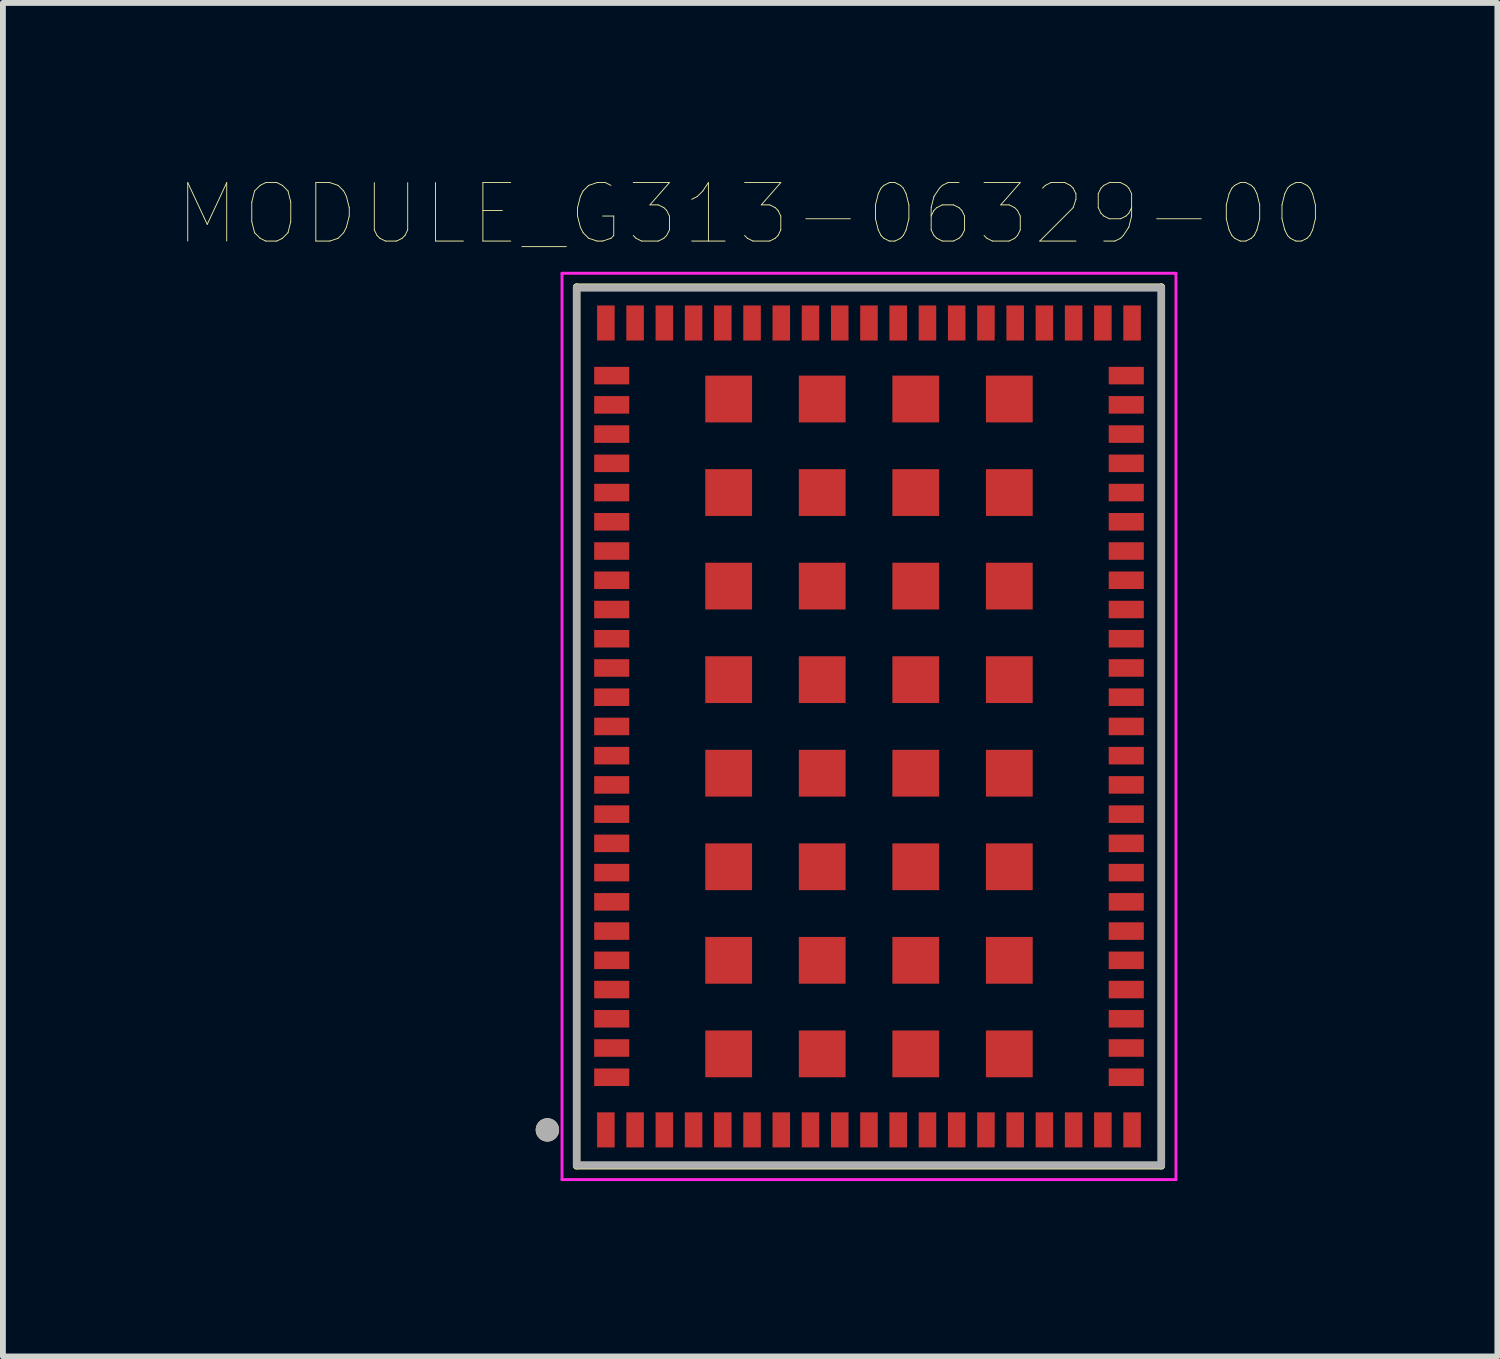
<source format=kicad_pcb>
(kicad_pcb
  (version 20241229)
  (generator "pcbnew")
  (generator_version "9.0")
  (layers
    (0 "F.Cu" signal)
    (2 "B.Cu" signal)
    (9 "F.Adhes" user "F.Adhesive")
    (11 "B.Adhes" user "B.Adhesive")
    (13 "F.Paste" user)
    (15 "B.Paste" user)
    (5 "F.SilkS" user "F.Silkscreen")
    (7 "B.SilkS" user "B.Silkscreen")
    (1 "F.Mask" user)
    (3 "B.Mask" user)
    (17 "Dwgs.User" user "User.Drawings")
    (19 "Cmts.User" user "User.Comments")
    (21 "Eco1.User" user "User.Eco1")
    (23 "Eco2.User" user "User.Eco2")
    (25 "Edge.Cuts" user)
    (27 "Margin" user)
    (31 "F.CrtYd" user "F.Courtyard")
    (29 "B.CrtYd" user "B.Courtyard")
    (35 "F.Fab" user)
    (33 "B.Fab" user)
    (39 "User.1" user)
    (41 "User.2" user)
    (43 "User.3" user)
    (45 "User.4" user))
  (footprint "MODULE_G313-06329-00"
    (layer "F.Cu")
    (at 11.812 9.374)
    (property "Reference" "MODULE_G313-06329-00" (at -2.032 -8.763 0) (layer "F.SilkS") (effects (font (size 1 1) (thickness 0.015))))
    (attr through_hole)
    (fp_line (start -5 -7.513) (end 5 -7.513) (stroke (width 0.127) (type solid)) (layer "F.SilkS"))
    (fp_line (start -5 7.513) (end -5 -7.513) (stroke (width 0.127) (type solid)) (layer "F.SilkS"))
    (fp_line (start 5 -7.513) (end 5 7.513) (stroke (width 0.127) (type solid)) (layer "F.SilkS"))
    (fp_line (start 5 7.513) (end -5 7.513) (stroke (width 0.127) (type solid)) (layer "F.SilkS"))
    (fp_circle (center -5.5 6.9) (end -5.4 6.9) (stroke (width 0.2) (type solid)) (fill no) (layer "F.SilkS"))
    (fp_line (start -5.25 -7.75) (end 5.25 -7.75) (stroke (width 0.05) (type solid)) (layer "F.CrtYd"))
    (fp_line (start -5.25 7.75) (end -5.25 -7.75) (stroke (width 0.05) (type solid)) (layer "F.CrtYd"))
    (fp_line (start 5.25 -7.75) (end 5.25 7.75) (stroke (width 0.05) (type solid)) (layer "F.CrtYd"))
    (fp_line (start 5.25 7.75) (end -5.25 7.75) (stroke (width 0.05) (type solid)) (layer "F.CrtYd"))
    (fp_line (start -5 -7.5) (end 5 -7.5) (stroke (width 0.127) (type solid)) (layer "F.Fab"))
    (fp_line (start -5 7.5) (end -5 -7.5) (stroke (width 0.127) (type solid)) (layer "F.Fab"))
    (fp_line (start 5 -7.5) (end 5 7.5) (stroke (width 0.127) (type solid)) (layer "F.Fab"))
    (fp_line (start 5 7.5) (end -5 7.5) (stroke (width 0.127) (type solid)) (layer "F.Fab"))
    (fp_circle (center -5.5 6.9) (end -5.4 6.9) (stroke (width 0.2) (type solid)) (fill no) (layer "F.Fab"))
    (pad "1" smd rect (at -4.5 6.9) (size 0.3 0.6) (layers "F.Cu" "F.Mask" "F.Paste"))
    (pad "2" smd rect (at -4 6.9) (size 0.3 0.6) (layers "F.Cu" "F.Mask" "F.Paste"))
    (pad "3" smd rect (at -3.5 6.9) (size 0.3 0.6) (layers "F.Cu" "F.Mask" "F.Paste"))
    (pad "4" smd rect (at -3 6.9) (size 0.3 0.6) (layers "F.Cu" "F.Mask" "F.Paste"))
    (pad "5" smd rect (at -2.5 6.9) (size 0.3 0.6) (layers "F.Cu" "F.Mask" "F.Paste"))
    (pad "6" smd rect (at -2 6.9) (size 0.3 0.6) (layers "F.Cu" "F.Mask" "F.Paste"))
    (pad "7" smd rect (at -1.5 6.9) (size 0.3 0.6) (layers "F.Cu" "F.Mask" "F.Paste"))
    (pad "8" smd rect (at -1 6.9) (size 0.3 0.6) (layers "F.Cu" "F.Mask" "F.Paste"))
    (pad "9" smd rect (at -0.5 6.9) (size 0.3 0.6) (layers "F.Cu" "F.Mask" "F.Paste"))
    (pad "10" smd rect (at 0 6.9) (size 0.3 0.6) (layers "F.Cu" "F.Mask" "F.Paste"))
    (pad "11" smd rect (at 0.5 6.9) (size 0.3 0.6) (layers "F.Cu" "F.Mask" "F.Paste"))
    (pad "12" smd rect (at 1 6.9) (size 0.3 0.6) (layers "F.Cu" "F.Mask" "F.Paste"))
    (pad "13" smd rect (at 1.5 6.9) (size 0.3 0.6) (layers "F.Cu" "F.Mask" "F.Paste"))
    (pad "14" smd rect (at 2 6.9) (size 0.3 0.6) (layers "F.Cu" "F.Mask" "F.Paste"))
    (pad "15" smd rect (at 2.5 6.9) (size 0.3 0.6) (layers "F.Cu" "F.Mask" "F.Paste"))
    (pad "16" smd rect (at 3 6.9) (size 0.3 0.6) (layers "F.Cu" "F.Mask" "F.Paste"))
    (pad "17" smd rect (at 3.5 6.9) (size 0.3 0.6) (layers "F.Cu" "F.Mask" "F.Paste"))
    (pad "18" smd rect (at 4 6.9) (size 0.3 0.6) (layers "F.Cu" "F.Mask" "F.Paste"))
    (pad "19" smd rect (at 4.5 6.9) (size 0.3 0.6) (layers "F.Cu" "F.Mask" "F.Paste"))
    (pad "20" smd rect (at 4.4 6) (size 0.6 0.3) (layers "F.Cu" "F.Mask" "F.Paste"))
    (pad "21" smd rect (at 4.4 5.5) (size 0.6 0.3) (layers "F.Cu" "F.Mask" "F.Paste"))
    (pad "22" smd rect (at 4.4 5) (size 0.6 0.3) (layers "F.Cu" "F.Mask" "F.Paste"))
    (pad "23" smd rect (at 4.4 4.5) (size 0.6 0.3) (layers "F.Cu" "F.Mask" "F.Paste"))
    (pad "24" smd rect (at 4.4 4) (size 0.6 0.3) (layers "F.Cu" "F.Mask" "F.Paste"))
    (pad "25" smd rect (at 4.4 3.5) (size 0.6 0.3) (layers "F.Cu" "F.Mask" "F.Paste"))
    (pad "26" smd rect (at 4.4 3) (size 0.6 0.3) (layers "F.Cu" "F.Mask" "F.Paste"))
    (pad "27" smd rect (at 4.4 2.5) (size 0.6 0.3) (layers "F.Cu" "F.Mask" "F.Paste"))
    (pad "28" smd rect (at 4.4 2) (size 0.6 0.3) (layers "F.Cu" "F.Mask" "F.Paste"))
    (pad "29" smd rect (at 4.4 1.5) (size 0.6 0.3) (layers "F.Cu" "F.Mask" "F.Paste"))
    (pad "30" smd rect (at 4.4 1) (size 0.6 0.3) (layers "F.Cu" "F.Mask" "F.Paste"))
    (pad "31" smd rect (at 4.4 0.5) (size 0.6 0.3) (layers "F.Cu" "F.Mask" "F.Paste"))
    (pad "32" smd rect (at 4.4 0) (size 0.6 0.3) (layers "F.Cu" "F.Mask" "F.Paste"))
    (pad "33" smd rect (at 4.4 -0.5) (size 0.6 0.3) (layers "F.Cu" "F.Mask" "F.Paste"))
    (pad "34" smd rect (at 4.4 -1) (size 0.6 0.3) (layers "F.Cu" "F.Mask" "F.Paste"))
    (pad "35" smd rect (at 4.4 -1.5) (size 0.6 0.3) (layers "F.Cu" "F.Mask" "F.Paste"))
    (pad "36" smd rect (at 4.4 -2) (size 0.6 0.3) (layers "F.Cu" "F.Mask" "F.Paste"))
    (pad "37" smd rect (at 4.4 -2.5) (size 0.6 0.3) (layers "F.Cu" "F.Mask" "F.Paste"))
    (pad "38" smd rect (at 4.4 -3) (size 0.6 0.3) (layers "F.Cu" "F.Mask" "F.Paste"))
    (pad "39" smd rect (at 4.4 -3.5) (size 0.6 0.3) (layers "F.Cu" "F.Mask" "F.Paste"))
    (pad "40" smd rect (at 4.4 -4) (size 0.6 0.3) (layers "F.Cu" "F.Mask" "F.Paste"))
    (pad "41" smd rect (at 4.4 -4.5) (size 0.6 0.3) (layers "F.Cu" "F.Mask" "F.Paste"))
    (pad "42" smd rect (at 4.4 -5) (size 0.6 0.3) (layers "F.Cu" "F.Mask" "F.Paste"))
    (pad "43" smd rect (at 4.4 -5.5) (size 0.6 0.3) (layers "F.Cu" "F.Mask" "F.Paste"))
    (pad "44" smd rect (at 4.4 -6) (size 0.6 0.3) (layers "F.Cu" "F.Mask" "F.Paste"))
    (pad "45" smd rect (at 4.5 -6.9) (size 0.3 0.6) (layers "F.Cu" "F.Mask" "F.Paste"))
    (pad "46" smd rect (at 4 -6.9) (size 0.3 0.6) (layers "F.Cu" "F.Mask" "F.Paste"))
    (pad "47" smd rect (at 3.5 -6.9) (size 0.3 0.6) (layers "F.Cu" "F.Mask" "F.Paste"))
    (pad "48" smd rect (at 3 -6.9) (size 0.3 0.6) (layers "F.Cu" "F.Mask" "F.Paste"))
    (pad "49" smd rect (at 2.5 -6.9) (size 0.3 0.6) (layers "F.Cu" "F.Mask" "F.Paste"))
    (pad "50" smd rect (at 2 -6.9) (size 0.3 0.6) (layers "F.Cu" "F.Mask" "F.Paste"))
    (pad "51" smd rect (at 1.5 -6.9) (size 0.3 0.6) (layers "F.Cu" "F.Mask" "F.Paste"))
    (pad "52" smd rect (at 1 -6.9) (size 0.3 0.6) (layers "F.Cu" "F.Mask" "F.Paste"))
    (pad "53" smd rect (at 0.5 -6.9) (size 0.3 0.6) (layers "F.Cu" "F.Mask" "F.Paste"))
    (pad "54" smd rect (at 0 -6.9) (size 0.3 0.6) (layers "F.Cu" "F.Mask" "F.Paste"))
    (pad "55" smd rect (at -0.5 -6.9) (size 0.3 0.6) (layers "F.Cu" "F.Mask" "F.Paste"))
    (pad "56" smd rect (at -1 -6.9) (size 0.3 0.6) (layers "F.Cu" "F.Mask" "F.Paste"))
    (pad "57" smd rect (at -1.5 -6.9) (size 0.3 0.6) (layers "F.Cu" "F.Mask" "F.Paste"))
    (pad "58" smd rect (at -2 -6.9) (size 0.3 0.6) (layers "F.Cu" "F.Mask" "F.Paste"))
    (pad "59" smd rect (at -2.5 -6.9) (size 0.3 0.6) (layers "F.Cu" "F.Mask" "F.Paste"))
    (pad "60" smd rect (at -3 -6.9) (size 0.3 0.6) (layers "F.Cu" "F.Mask" "F.Paste"))
    (pad "61" smd rect (at -3.5 -6.9) (size 0.3 0.6) (layers "F.Cu" "F.Mask" "F.Paste"))
    (pad "62" smd rect (at -4 -6.9) (size 0.3 0.6) (layers "F.Cu" "F.Mask" "F.Paste"))
    (pad "63" smd rect (at -4.5 -6.9) (size 0.3 0.6) (layers "F.Cu" "F.Mask" "F.Paste"))
    (pad "64" smd rect (at -4.4 -6) (size 0.6 0.3) (layers "F.Cu" "F.Mask" "F.Paste"))
    (pad "65" smd rect (at -4.4 -5.5) (size 0.6 0.3) (layers "F.Cu" "F.Mask" "F.Paste"))
    (pad "66" smd rect (at -4.4 -5) (size 0.6 0.3) (layers "F.Cu" "F.Mask" "F.Paste"))
    (pad "67" smd rect (at -4.4 -4.5) (size 0.6 0.3) (layers "F.Cu" "F.Mask" "F.Paste"))
    (pad "68" smd rect (at -4.4 -4) (size 0.6 0.3) (layers "F.Cu" "F.Mask" "F.Paste"))
    (pad "69" smd rect (at -4.4 -3.5) (size 0.6 0.3) (layers "F.Cu" "F.Mask" "F.Paste"))
    (pad "70" smd rect (at -4.4 -3) (size 0.6 0.3) (layers "F.Cu" "F.Mask" "F.Paste"))
    (pad "71" smd rect (at -4.4 -2.5) (size 0.6 0.3) (layers "F.Cu" "F.Mask" "F.Paste"))
    (pad "72" smd rect (at -4.4 -2) (size 0.6 0.3) (layers "F.Cu" "F.Mask" "F.Paste"))
    (pad "73" smd rect (at -4.4 -1.5) (size 0.6 0.3) (layers "F.Cu" "F.Mask" "F.Paste"))
    (pad "74" smd rect (at -4.4 -1) (size 0.6 0.3) (layers "F.Cu" "F.Mask" "F.Paste"))
    (pad "75" smd rect (at -4.4 -0.5) (size 0.6 0.3) (layers "F.Cu" "F.Mask" "F.Paste"))
    (pad "76" smd rect (at -4.4 0) (size 0.6 0.3) (layers "F.Cu" "F.Mask" "F.Paste"))
    (pad "77" smd rect (at -4.4 0.5) (size 0.6 0.3) (layers "F.Cu" "F.Mask" "F.Paste"))
    (pad "78" smd rect (at -4.4 1) (size 0.6 0.3) (layers "F.Cu" "F.Mask" "F.Paste"))
    (pad "79" smd rect (at -4.4 1.5) (size 0.6 0.3) (layers "F.Cu" "F.Mask" "F.Paste"))
    (pad "80" smd rect (at -4.4 2) (size 0.6 0.3) (layers "F.Cu" "F.Mask" "F.Paste"))
    (pad "81" smd rect (at -4.4 2.5) (size 0.6 0.3) (layers "F.Cu" "F.Mask" "F.Paste"))
    (pad "82" smd rect (at -4.4 3) (size 0.6 0.3) (layers "F.Cu" "F.Mask" "F.Paste"))
    (pad "83" smd rect (at -4.4 3.5) (size 0.6 0.3) (layers "F.Cu" "F.Mask" "F.Paste"))
    (pad "84" smd rect (at -4.4 4) (size 0.6 0.3) (layers "F.Cu" "F.Mask" "F.Paste"))
    (pad "85" smd rect (at -4.4 4.5) (size 0.6 0.3) (layers "F.Cu" "F.Mask" "F.Paste"))
    (pad "86" smd rect (at -4.4 5) (size 0.6 0.3) (layers "F.Cu" "F.Mask" "F.Paste"))
    (pad "87" smd rect (at -4.4 5.5) (size 0.6 0.3) (layers "F.Cu" "F.Mask" "F.Paste"))
    (pad "88" smd rect (at -4.4 6) (size 0.6 0.3) (layers "F.Cu" "F.Mask" "F.Paste"))
    (pad "89" smd rect (at -2.4 -5.6) (size 0.8 0.8) (layers "F.Cu" "F.Mask" "F.Paste"))
    (pad "90" smd rect (at -2.4 -4) (size 0.8 0.8) (layers "F.Cu" "F.Mask" "F.Paste"))
    (pad "91" smd rect (at -2.4 -2.4) (size 0.8 0.8) (layers "F.Cu" "F.Mask" "F.Paste"))
    (pad "92" smd rect (at -2.4 -0.8) (size 0.8 0.8) (layers "F.Cu" "F.Mask" "F.Paste"))
    (pad "93" smd rect (at -2.4 0.8) (size 0.8 0.8) (layers "F.Cu" "F.Mask" "F.Paste"))
    (pad "94" smd rect (at -2.4 2.4) (size 0.8 0.8) (layers "F.Cu" "F.Mask" "F.Paste"))
    (pad "95" smd rect (at -2.4 4) (size 0.8 0.8) (layers "F.Cu" "F.Mask" "F.Paste"))
    (pad "96" smd rect (at -2.4 5.6) (size 0.8 0.8) (layers "F.Cu" "F.Mask" "F.Paste"))
    (pad "97" smd rect (at -0.8 -5.6) (size 0.8 0.8) (layers "F.Cu" "F.Mask" "F.Paste"))
    (pad "98" smd rect (at -0.8 -4) (size 0.8 0.8) (layers "F.Cu" "F.Mask" "F.Paste"))
    (pad "99" smd rect (at -0.8 -2.4) (size 0.8 0.8) (layers "F.Cu" "F.Mask" "F.Paste"))
    (pad "100" smd rect (at -0.8 -0.8) (size 0.8 0.8) (layers "F.Cu" "F.Mask" "F.Paste"))
    (pad "101" smd rect (at -0.8 0.8) (size 0.8 0.8) (layers "F.Cu" "F.Mask" "F.Paste"))
    (pad "102" smd rect (at -0.8 2.4) (size 0.8 0.8) (layers "F.Cu" "F.Mask" "F.Paste"))
    (pad "103" smd rect (at -0.8 4) (size 0.8 0.8) (layers "F.Cu" "F.Mask" "F.Paste"))
    (pad "104" smd rect (at -0.8 5.6) (size 0.8 0.8) (layers "F.Cu" "F.Mask" "F.Paste"))
    (pad "105" smd rect (at 0.8 -5.6) (size 0.8 0.8) (layers "F.Cu" "F.Mask" "F.Paste"))
    (pad "106" smd rect (at 0.8 -4) (size 0.8 0.8) (layers "F.Cu" "F.Mask" "F.Paste"))
    (pad "107" smd rect (at 0.8 -2.4) (size 0.8 0.8) (layers "F.Cu" "F.Mask" "F.Paste"))
    (pad "108" smd rect (at 0.8 -0.8) (size 0.8 0.8) (layers "F.Cu" "F.Mask" "F.Paste"))
    (pad "109" smd rect (at 0.8 0.8) (size 0.8 0.8) (layers "F.Cu" "F.Mask" "F.Paste"))
    (pad "110" smd rect (at 0.8 2.4) (size 0.8 0.8) (layers "F.Cu" "F.Mask" "F.Paste"))
    (pad "111" smd rect (at 0.8 4) (size 0.8 0.8) (layers "F.Cu" "F.Mask" "F.Paste"))
    (pad "112" smd rect (at 0.8 5.6) (size 0.8 0.8) (layers "F.Cu" "F.Mask" "F.Paste"))
    (pad "113" smd rect (at 2.4 -5.6) (size 0.8 0.8) (layers "F.Cu" "F.Mask" "F.Paste"))
    (pad "114" smd rect (at 2.4 -4) (size 0.8 0.8) (layers "F.Cu" "F.Mask" "F.Paste"))
    (pad "115" smd rect (at 2.4 -2.4) (size 0.8 0.8) (layers "F.Cu" "F.Mask" "F.Paste"))
    (pad "116" smd rect (at 2.4 -0.8) (size 0.8 0.8) (layers "F.Cu" "F.Mask" "F.Paste"))
    (pad "117" smd rect (at 2.4 0.8) (size 0.8 0.8) (layers "F.Cu" "F.Mask" "F.Paste"))
    (pad "118" smd rect (at 2.4 2.4) (size 0.8 0.8) (layers "F.Cu" "F.Mask" "F.Paste"))
    (pad "119" smd rect (at 2.4 4) (size 0.8 0.8) (layers "F.Cu" "F.Mask" "F.Paste"))
    (pad "120" smd rect (at 2.4 5.6) (size 0.8 0.8) (layers "F.Cu" "F.Mask" "F.Paste")))
  (gr_rect
    (start -3 -3)
    (end 22.559 20.149)
    (stroke (width 0.1) (type default))
    (fill no)
    (layer "Edge.Cuts")))
</source>
